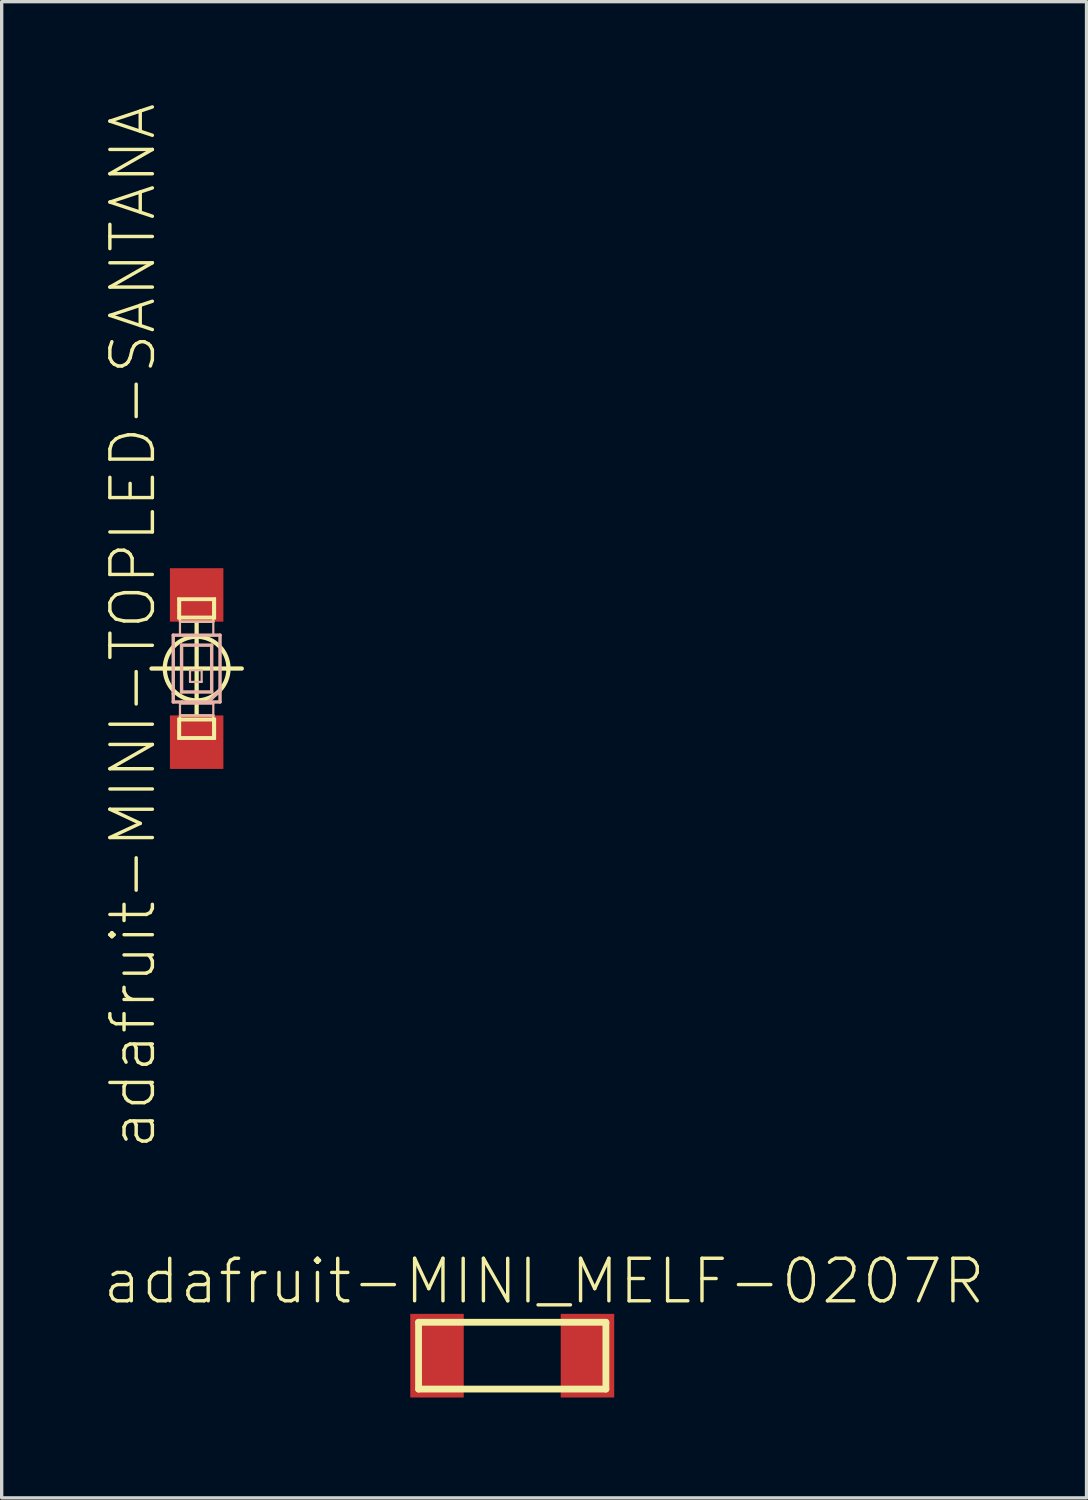
<source format=kicad_pcb>
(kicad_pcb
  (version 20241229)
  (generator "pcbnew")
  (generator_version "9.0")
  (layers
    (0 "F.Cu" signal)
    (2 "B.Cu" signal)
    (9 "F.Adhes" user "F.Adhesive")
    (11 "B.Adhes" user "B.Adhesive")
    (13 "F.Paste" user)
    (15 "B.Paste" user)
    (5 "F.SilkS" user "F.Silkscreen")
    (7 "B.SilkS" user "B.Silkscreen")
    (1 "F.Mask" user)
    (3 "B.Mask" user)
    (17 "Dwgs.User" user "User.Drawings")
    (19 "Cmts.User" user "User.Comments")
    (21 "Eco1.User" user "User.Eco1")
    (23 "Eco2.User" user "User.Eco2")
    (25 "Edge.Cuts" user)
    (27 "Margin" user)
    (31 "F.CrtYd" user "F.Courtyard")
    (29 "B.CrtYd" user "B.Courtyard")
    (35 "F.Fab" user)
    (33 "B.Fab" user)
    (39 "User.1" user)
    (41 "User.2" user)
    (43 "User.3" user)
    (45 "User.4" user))
  (footprint "adafruit-MINI_MELF-0207R"
    (layer "F.Cu")
    (at 12.257 37.461)
    (property "Reference" "adafruit-MINI_MELF-0207R" (at 0.953 -2.223 0) (layer "F.SilkS") (effects (font (size 1.27 1.27) (thickness 0.102))))
    (attr smd)
    (fp_line (start -2.799 -0.998) (end -2.799 0.998) (stroke (width 0.203) (type solid)) (layer "F.SilkS"))
    (fp_line (start -2.799 0.998) (end 2.799 0.998) (stroke (width 0.203) (type solid)) (layer "F.SilkS"))
    (fp_line (start 2.799 -0.998) (end -2.799 -0.998) (stroke (width 0.203) (type solid)) (layer "F.SilkS"))
    (fp_line (start 2.799 0.998) (end 2.799 -0.998) (stroke (width 0.203) (type solid)) (layer "F.SilkS"))
    (pad "1" smd rect (at -2.248 0) (size 1.598 2.499) (layers "F.Cu" "F.Mask" "F.Paste"))
    (pad "2" smd rect (at 2.248 0) (size 1.598 2.499) (layers "F.Cu" "F.Mask" "F.Paste")))
  (footprint "adafruit-MINI-TOPLED-SANTANA"
    (layer "F.Cu")
    (at 2.826 16.928)
    (property "Reference" "adafruit-MINI-TOPLED-SANTANA" (at -1.905 -1.27 90) (layer "F.SilkS") (effects (font (size 1.27 1.27) (thickness 0.102))))
    (attr smd)
    (fp_line (start -1.349 0) (end 1.349 0) (stroke (width 0.127) (type solid)) (layer "F.SilkS"))
    (fp_line (start -0.549 -2.098) (end 0.549 -2.098) (stroke (width 0.066) (type solid)) (layer "F.SilkS"))
    (fp_line (start -0.549 -1.499) (end -0.549 -2.098) (stroke (width 0.066) (type solid)) (layer "F.SilkS"))
    (fp_line (start -0.549 -1.499) (end 0.549 -1.499) (stroke (width 0.066) (type solid)) (layer "F.SilkS"))
    (fp_line (start -0.549 1.499) (end 0.549 1.499) (stroke (width 0.066) (type solid)) (layer "F.SilkS"))
    (fp_line (start -0.549 2.098) (end -0.549 1.499) (stroke (width 0.066) (type solid)) (layer "F.SilkS"))
    (fp_line (start -0.549 2.098) (end 0.549 2.098) (stroke (width 0.066) (type solid)) (layer "F.SilkS"))
    (fp_line (start -0.498 -2.05) (end 0.498 -2.05) (stroke (width 0.066) (type solid)) (layer "F.SilkS"))
    (fp_line (start -0.498 -2.05) (end 0.498 -2.05) (stroke (width 0.066) (type solid)) (layer "F.SilkS"))
    (fp_line (start -0.498 -1.549) (end -0.498 -2.05) (stroke (width 0.066) (type solid)) (layer "F.SilkS"))
    (fp_line (start -0.498 -1.549) (end 0.498 -1.549) (stroke (width 0.066) (type solid)) (layer "F.SilkS"))
    (fp_line (start -0.498 -1.4) (end -0.498 -2.05) (stroke (width 0.066) (type solid)) (layer "F.SilkS"))
    (fp_line (start -0.498 -1.4) (end 0.498 -1.4) (stroke (width 0.066) (type solid)) (layer "F.SilkS"))
    (fp_line (start -0.498 1.4) (end 0.498 1.4) (stroke (width 0.066) (type solid)) (layer "F.SilkS"))
    (fp_line (start -0.498 1.549) (end 0.498 1.549) (stroke (width 0.066) (type solid)) (layer "F.SilkS"))
    (fp_line (start -0.498 2.05) (end -0.498 1.549) (stroke (width 0.066) (type solid)) (layer "F.SilkS"))
    (fp_line (start -0.498 2.05) (end 0.498 2.05) (stroke (width 0.066) (type solid)) (layer "F.SilkS"))
    (fp_line (start -0.498 2.098) (end -0.498 1.4) (stroke (width 0.066) (type solid)) (layer "F.SilkS"))
    (fp_line (start -0.498 2.098) (end 0.498 2.098) (stroke (width 0.066) (type solid)) (layer "F.SilkS"))
    (fp_line (start 0 1.349) (end 0 -1.349) (stroke (width 0.127) (type solid)) (layer "F.SilkS"))
    (fp_line (start 0.498 -1.549) (end 0.498 -2.05) (stroke (width 0.066) (type solid)) (layer "F.SilkS"))
    (fp_line (start 0.498 -1.4) (end 0.498 -2.05) (stroke (width 0.066) (type solid)) (layer "F.SilkS"))
    (fp_line (start 0.498 2.05) (end 0.498 1.549) (stroke (width 0.066) (type solid)) (layer "F.SilkS"))
    (fp_line (start 0.498 2.098) (end 0.498 1.4) (stroke (width 0.066) (type solid)) (layer "F.SilkS"))
    (fp_line (start 0.549 -1.499) (end 0.549 -2.098) (stroke (width 0.066) (type solid)) (layer "F.SilkS"))
    (fp_line (start 0.549 2.098) (end 0.549 1.499) (stroke (width 0.066) (type solid)) (layer "F.SilkS"))
    (fp_circle (center 0 0) (end -0.673 0.673) (stroke (width 0.127) (type solid)) (fill no) (layer "F.SilkS"))
    (fp_line (start -0.699 -0.998) (end 0.699 -0.998) (stroke (width 0.102) (type solid)) (layer "B.SilkS"))
    (fp_line (start -0.699 0.749) (end -0.699 -0.998) (stroke (width 0.102) (type solid)) (layer "B.SilkS"))
    (fp_line (start -0.699 0.998) (end -0.699 0.749) (stroke (width 0.102) (type solid)) (layer "B.SilkS"))
    (fp_line (start -0.498 -1.4) (end 0.498 -1.4) (stroke (width 0.066) (type solid)) (layer "B.SilkS"))
    (fp_line (start -0.498 -0.998) (end -0.498 -1.4) (stroke (width 0.066) (type solid)) (layer "B.SilkS"))
    (fp_line (start -0.498 -0.998) (end 0.498 -0.998) (stroke (width 0.066) (type solid)) (layer "B.SilkS"))
    (fp_line (start -0.498 1.049) (end 0.498 1.049) (stroke (width 0.066) (type solid)) (layer "B.SilkS"))
    (fp_line (start -0.498 1.4) (end -0.498 1.049) (stroke (width 0.066) (type solid)) (layer "B.SilkS"))
    (fp_line (start -0.498 1.4) (end 0.498 1.4) (stroke (width 0.066) (type solid)) (layer "B.SilkS"))
    (fp_line (start -0.45 -0.699) (end 0.45 -0.699) (stroke (width 0.102) (type solid)) (layer "B.SilkS"))
    (fp_line (start -0.45 0.699) (end -0.45 -0.699) (stroke (width 0.102) (type solid)) (layer "B.SilkS"))
    (fp_line (start -0.45 0.998) (end -0.699 0.998) (stroke (width 0.102) (type solid)) (layer "B.SilkS"))
    (fp_line (start -0.198 0.048) (end 0.15 0.048) (stroke (width 0.066) (type solid)) (layer "B.SilkS"))
    (fp_line (start -0.198 0.399) (end -0.198 0.048) (stroke (width 0.066) (type solid)) (layer "B.SilkS"))
    (fp_line (start -0.198 0.399) (end 0.15 0.399) (stroke (width 0.066) (type solid)) (layer "B.SilkS"))
    (fp_line (start 0.15 0.399) (end 0.15 0.048) (stroke (width 0.066) (type solid)) (layer "B.SilkS"))
    (fp_line (start 0.348 0.998) (end -0.45 0.998) (stroke (width 0.102) (type solid)) (layer "B.SilkS"))
    (fp_line (start 0.45 -0.699) (end 0.45 0.699) (stroke (width 0.102) (type solid)) (layer "B.SilkS"))
    (fp_line (start 0.45 0.699) (end -0.45 0.699) (stroke (width 0.102) (type solid)) (layer "B.SilkS"))
    (fp_line (start 0.498 -0.998) (end 0.498 -1.4) (stroke (width 0.066) (type solid)) (layer "B.SilkS"))
    (fp_line (start 0.498 1.4) (end 0.498 1.049) (stroke (width 0.066) (type solid)) (layer "B.SilkS"))
    (fp_line (start 0.699 -0.998) (end 0.699 0.648) (stroke (width 0.102) (type solid)) (layer "B.SilkS"))
    (fp_line (start 0.699 0.648) (end 0.348 0.998) (stroke (width 0.102) (type solid)) (layer "B.SilkS"))
    (fp_line (start 0.699 0.648) (end 0.699 0.998) (stroke (width 0.102) (type solid)) (layer "B.SilkS"))
    (fp_line (start 0.699 0.998) (end 0.348 0.998) (stroke (width 0.102) (type solid)) (layer "B.SilkS"))
    (pad "A" smd rect (at 0 -2.2) (size 1.598 1.598) (layers "F.Cu" "F.Mask" "F.Paste"))
    (pad "C" smd rect (at 0 2.2) (size 1.598 1.598) (layers "F.Cu" "F.Mask" "F.Paste")))
  (gr_rect
    (start -3 -3)
    (end 29.418 41.71)
    (stroke (width 0.1) (type default))
    (fill no)
    (layer "Edge.Cuts")))
</source>
